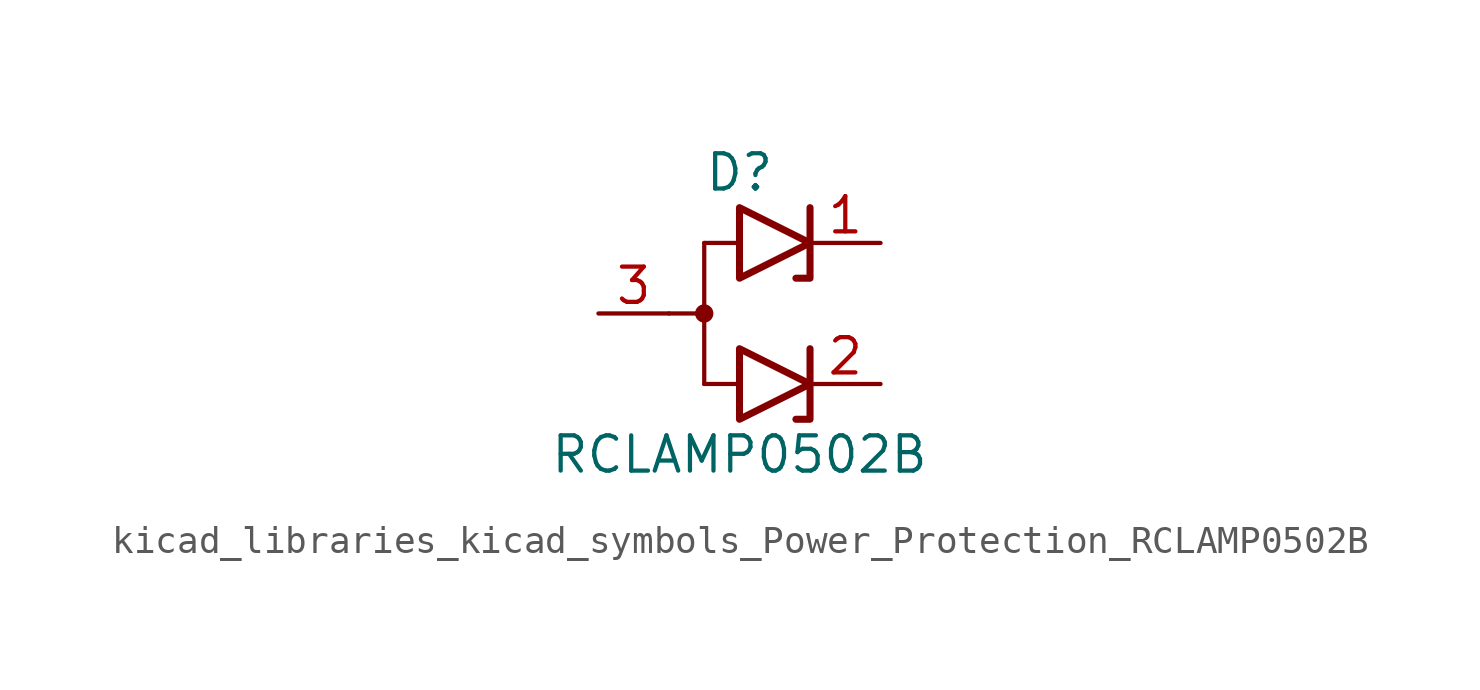
<source format=kicad_sym>
(kicad_symbol_lib
  (version 20220914)
  (generator kicad_symbol_editor)
  (symbol "kicad_libraries_kicad_symbols_Power_Protection_RCLAMP0502B"
    (pin_names hide)
    (property "Reference" "D"
      (at 0 5.08 0)
      (effects (font (size 1.27 1.27))))
    (property "Value" "RCLAMP0502B"
      (at 0 -5.08 0)
      (effects (font (size 1.27 1.27))))
    (symbol "kicad_libraries_kicad_symbols_Power_Protection_RCLAMP0502B_0_1"
      (polyline (pts (xy -2.54 0) (xy -1.27 0)) (stroke (width 0) (type default)) (fill (type none)))
      (polyline (pts (xy -1.27 2.54) (xy -1.27 -2.54)) (stroke (width 0) (type default)) (fill (type none)))
      (polyline (pts (xy 0 2.54) (xy -1.27 2.54)) (stroke (width 0.152) (type default)) (fill (type none)))
      (polyline (pts (xy 2.54 3.81) (xy 2.54 1.27) (xy 2.032 1.27)) (stroke (width 0.254) (type default)) (fill (type none)))
      (polyline (pts (xy 0 1.27) (xy 0 3.81) (xy 2.54 2.54) (xy 0 1.27)) (stroke (width 0.254) (type default)) (fill (type none)))
      (pin passive line (at -5.08 0 0) (length 2.54) (name "A" (effects (font (size 1.27 1.27)))) (number "3" (effects (font (size 1.27 1.27))))))
    (symbol "kicad_libraries_kicad_symbols_Power_Protection_RCLAMP0502B_1_1"
      (circle (center -1.27 0) (radius 0.254) (stroke (width 0) (type default)) (fill (type outline)))
      (polyline (pts (xy 0 -2.54) (xy -1.27 -2.54)) (stroke (width 0.152) (type default)) (fill (type none)))
      (polyline (pts (xy 2.54 -1.27) (xy 2.54 -3.81) (xy 2.032 -3.81)) (stroke (width 0.254) (type default)) (fill (type none)))
      (polyline (pts (xy 0 -3.81) (xy 0 -1.27) (xy 2.54 -2.54) (xy 0 -3.81)) (stroke (width 0.254) (type default)) (fill (type none)))
      (pin passive line (at 5.08 2.54 180) (length 2.54) (name "K1" (effects (font (size 1.27 1.27)))) (number "1" (effects (font (size 1.27 1.27)))))
      (pin passive line (at 5.08 -2.54 180) (length 2.54) (name "K2" (effects (font (size 1.27 1.27)))) (number "2" (effects (font (size 1.27 1.27))))))))
</source>
